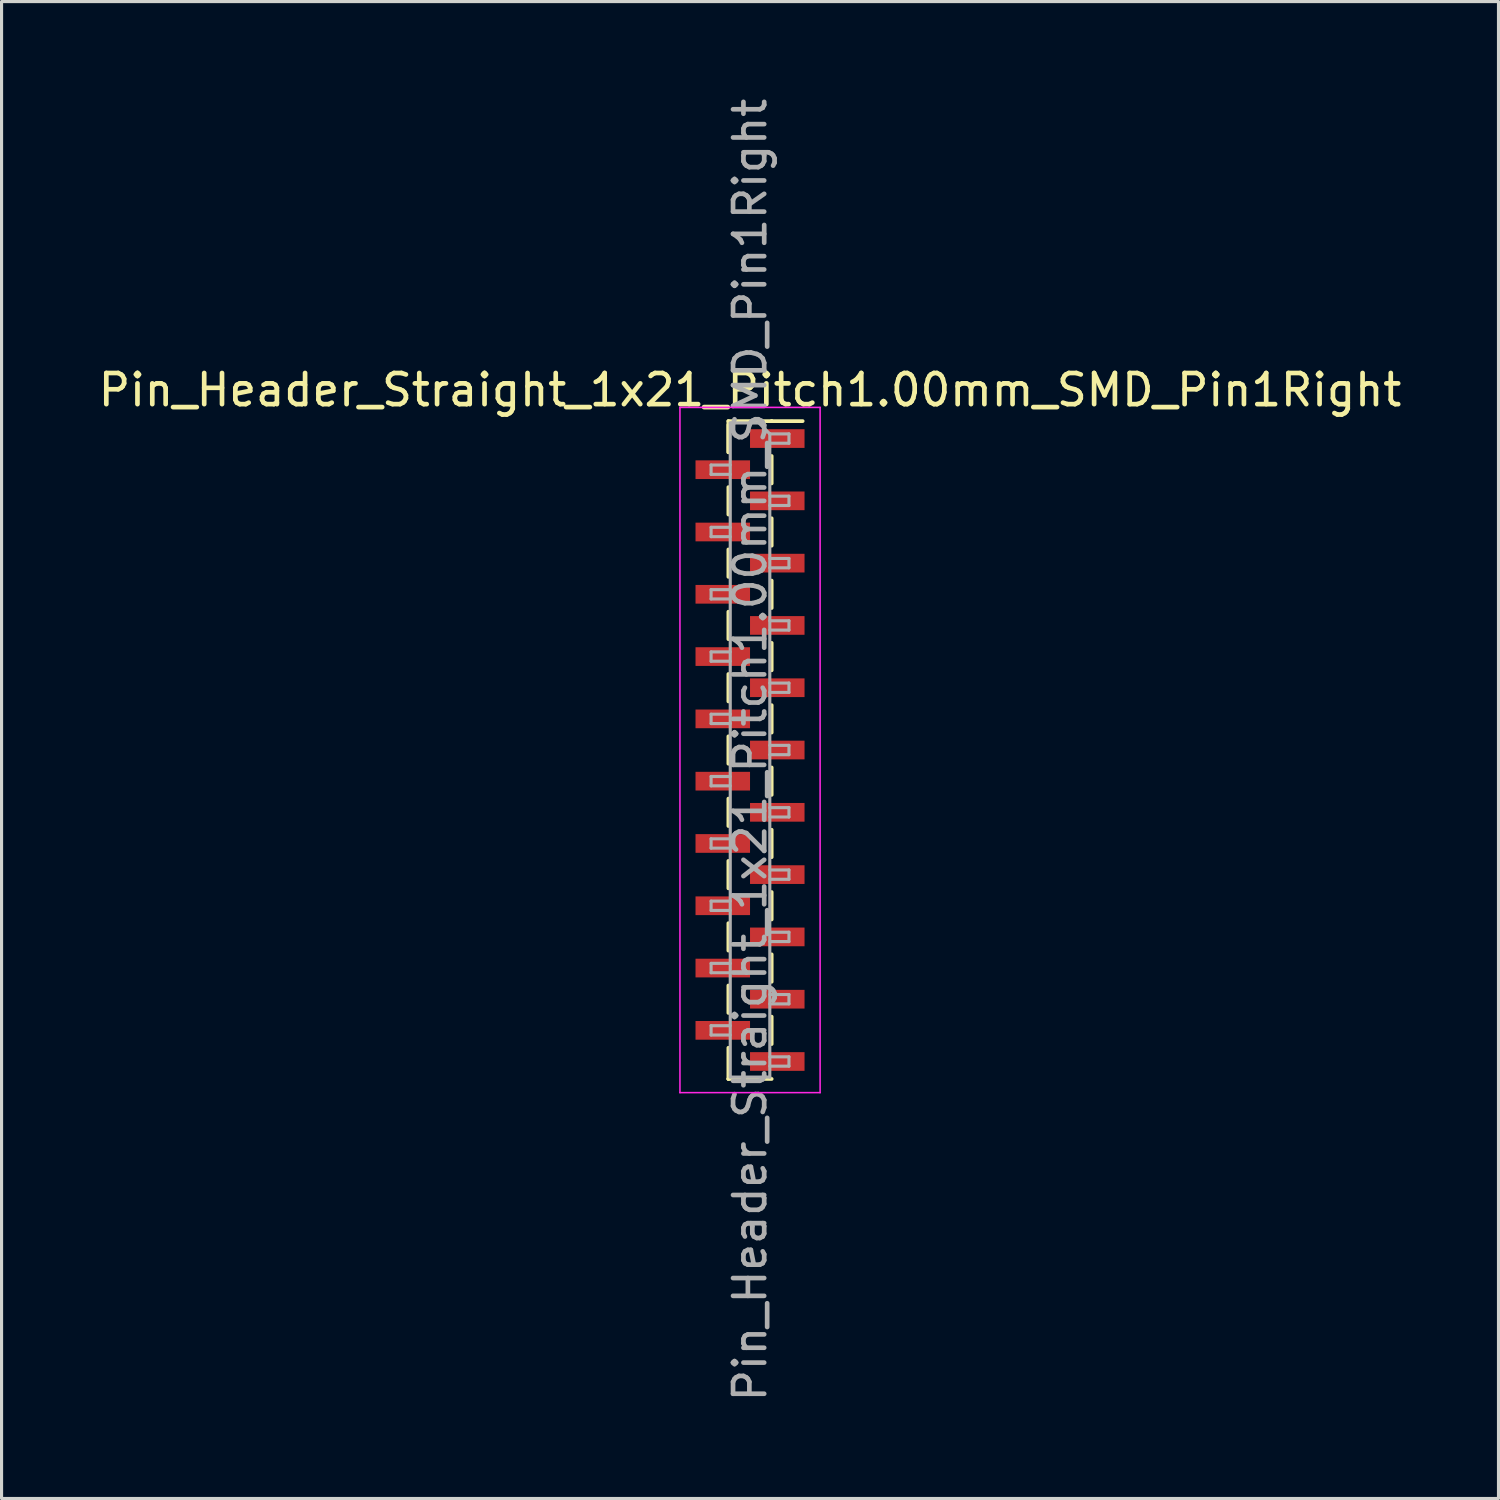
<source format=kicad_pcb>
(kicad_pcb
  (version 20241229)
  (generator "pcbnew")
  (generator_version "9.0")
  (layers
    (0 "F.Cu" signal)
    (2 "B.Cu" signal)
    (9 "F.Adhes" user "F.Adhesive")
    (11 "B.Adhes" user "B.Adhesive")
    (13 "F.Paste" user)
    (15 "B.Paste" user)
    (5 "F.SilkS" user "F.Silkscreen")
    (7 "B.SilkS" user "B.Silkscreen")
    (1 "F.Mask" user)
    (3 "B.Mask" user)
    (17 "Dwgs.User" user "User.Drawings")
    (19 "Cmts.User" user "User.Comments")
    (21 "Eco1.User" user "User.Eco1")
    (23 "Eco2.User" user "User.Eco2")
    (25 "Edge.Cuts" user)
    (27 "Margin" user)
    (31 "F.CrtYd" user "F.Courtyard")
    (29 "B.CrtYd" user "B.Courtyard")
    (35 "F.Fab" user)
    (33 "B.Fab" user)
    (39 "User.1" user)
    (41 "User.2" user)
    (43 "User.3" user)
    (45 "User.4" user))
  (footprint "Pin_Header_Straight_1x21_Pitch1.00mm_SMD_Pin1Right"
    (layer "F.Cu")
    (at 21.03 21.03)
    (property "Reference" "Pin_Header_Straight_1x21_Pitch1.00mm_SMD_Pin1Right" (at 0 -11.56 0) (layer "F.SilkS") (effects (font (size 1 1) (thickness 0.15))))
    (attr smd)
    (fp_line (start -0.695 -10.56) (end -0.695 -9.56) (stroke (width 0.12) (type solid)) (layer "F.SilkS"))
    (fp_line (start -0.695 -10.56) (end 0.695 -10.56) (stroke (width 0.12) (type solid)) (layer "F.SilkS"))
    (fp_line (start -0.695 -10.44) (end -0.695 -9.56) (stroke (width 0.12) (type solid)) (layer "F.SilkS"))
    (fp_line (start -0.695 -8.44) (end -0.695 -7.56) (stroke (width 0.12) (type solid)) (layer "F.SilkS"))
    (fp_line (start -0.695 -6.44) (end -0.695 -5.56) (stroke (width 0.12) (type solid)) (layer "F.SilkS"))
    (fp_line (start -0.695 -4.44) (end -0.695 -3.56) (stroke (width 0.12) (type solid)) (layer "F.SilkS"))
    (fp_line (start -0.695 -2.44) (end -0.695 -1.56) (stroke (width 0.12) (type solid)) (layer "F.SilkS"))
    (fp_line (start -0.695 -0.44) (end -0.695 0.44) (stroke (width 0.12) (type solid)) (layer "F.SilkS"))
    (fp_line (start -0.695 1.56) (end -0.695 2.44) (stroke (width 0.12) (type solid)) (layer "F.SilkS"))
    (fp_line (start -0.695 3.56) (end -0.695 4.44) (stroke (width 0.12) (type solid)) (layer "F.SilkS"))
    (fp_line (start -0.695 5.56) (end -0.695 6.44) (stroke (width 0.12) (type solid)) (layer "F.SilkS"))
    (fp_line (start -0.695 7.56) (end -0.695 8.44) (stroke (width 0.12) (type solid)) (layer "F.SilkS"))
    (fp_line (start -0.695 9.56) (end -0.695 10.56) (stroke (width 0.12) (type solid)) (layer "F.SilkS"))
    (fp_line (start -0.695 10.56) (end -0.695 10.56) (stroke (width 0.12) (type solid)) (layer "F.SilkS"))
    (fp_line (start -0.695 10.56) (end 0.695 10.56) (stroke (width 0.12) (type solid)) (layer "F.SilkS"))
    (fp_line (start 0.695 -10.56) (end 0.695 -10.56) (stroke (width 0.12) (type solid)) (layer "F.SilkS"))
    (fp_line (start 0.695 -10.56) (end 1.69 -10.56) (stroke (width 0.12) (type solid)) (layer "F.SilkS"))
    (fp_line (start 0.695 -9.44) (end 0.695 -8.56) (stroke (width 0.12) (type solid)) (layer "F.SilkS"))
    (fp_line (start 0.695 -7.44) (end 0.695 -6.56) (stroke (width 0.12) (type solid)) (layer "F.SilkS"))
    (fp_line (start 0.695 -5.44) (end 0.695 -4.56) (stroke (width 0.12) (type solid)) (layer "F.SilkS"))
    (fp_line (start 0.695 -3.44) (end 0.695 -2.56) (stroke (width 0.12) (type solid)) (layer "F.SilkS"))
    (fp_line (start 0.695 -1.44) (end 0.695 -0.56) (stroke (width 0.12) (type solid)) (layer "F.SilkS"))
    (fp_line (start 0.695 0.56) (end 0.695 1.44) (stroke (width 0.12) (type solid)) (layer "F.SilkS"))
    (fp_line (start 0.695 2.56) (end 0.695 3.44) (stroke (width 0.12) (type solid)) (layer "F.SilkS"))
    (fp_line (start 0.695 4.56) (end 0.695 5.44) (stroke (width 0.12) (type solid)) (layer "F.SilkS"))
    (fp_line (start 0.695 6.56) (end 0.695 7.44) (stroke (width 0.12) (type solid)) (layer "F.SilkS"))
    (fp_line (start 0.695 8.56) (end 0.695 9.44) (stroke (width 0.12) (type solid)) (layer "F.SilkS"))
    (fp_line (start -2.25 -11) (end -2.25 11) (stroke (width 0.05) (type solid)) (layer "F.CrtYd"))
    (fp_line (start -2.25 11) (end 2.25 11) (stroke (width 0.05) (type solid)) (layer "F.CrtYd"))
    (fp_line (start 2.25 -11) (end -2.25 -11) (stroke (width 0.05) (type solid)) (layer "F.CrtYd"))
    (fp_line (start 2.25 11) (end 2.25 -11) (stroke (width 0.05) (type solid)) (layer "F.CrtYd"))
    (fp_line (start -1.25 -9.15) (end -1.25 -8.85) (stroke (width 0.1) (type solid)) (layer "F.Fab"))
    (fp_line (start -1.25 -8.85) (end -0.635 -8.85) (stroke (width 0.1) (type solid)) (layer "F.Fab"))
    (fp_line (start -1.25 -7.15) (end -1.25 -6.85) (stroke (width 0.1) (type solid)) (layer "F.Fab"))
    (fp_line (start -1.25 -6.85) (end -0.635 -6.85) (stroke (width 0.1) (type solid)) (layer "F.Fab"))
    (fp_line (start -1.25 -5.15) (end -1.25 -4.85) (stroke (width 0.1) (type solid)) (layer "F.Fab"))
    (fp_line (start -1.25 -4.85) (end -0.635 -4.85) (stroke (width 0.1) (type solid)) (layer "F.Fab"))
    (fp_line (start -1.25 -3.15) (end -1.25 -2.85) (stroke (width 0.1) (type solid)) (layer "F.Fab"))
    (fp_line (start -1.25 -2.85) (end -0.635 -2.85) (stroke (width 0.1) (type solid)) (layer "F.Fab"))
    (fp_line (start -1.25 -1.15) (end -1.25 -0.85) (stroke (width 0.1) (type solid)) (layer "F.Fab"))
    (fp_line (start -1.25 -0.85) (end -0.635 -0.85) (stroke (width 0.1) (type solid)) (layer "F.Fab"))
    (fp_line (start -1.25 0.85) (end -1.25 1.15) (stroke (width 0.1) (type solid)) (layer "F.Fab"))
    (fp_line (start -1.25 1.15) (end -0.635 1.15) (stroke (width 0.1) (type solid)) (layer "F.Fab"))
    (fp_line (start -1.25 2.85) (end -1.25 3.15) (stroke (width 0.1) (type solid)) (layer "F.Fab"))
    (fp_line (start -1.25 3.15) (end -0.635 3.15) (stroke (width 0.1) (type solid)) (layer "F.Fab"))
    (fp_line (start -1.25 4.85) (end -1.25 5.15) (stroke (width 0.1) (type solid)) (layer "F.Fab"))
    (fp_line (start -1.25 5.15) (end -0.635 5.15) (stroke (width 0.1) (type solid)) (layer "F.Fab"))
    (fp_line (start -1.25 6.85) (end -1.25 7.15) (stroke (width 0.1) (type solid)) (layer "F.Fab"))
    (fp_line (start -1.25 7.15) (end -0.635 7.15) (stroke (width 0.1) (type solid)) (layer "F.Fab"))
    (fp_line (start -1.25 8.85) (end -1.25 9.15) (stroke (width 0.1) (type solid)) (layer "F.Fab"))
    (fp_line (start -1.25 9.15) (end -0.635 9.15) (stroke (width 0.1) (type solid)) (layer "F.Fab"))
    (fp_line (start -0.635 -10.5) (end -0.635 10.5) (stroke (width 0.1) (type solid)) (layer "F.Fab"))
    (fp_line (start -0.635 -10.5) (end 0.285 -10.5) (stroke (width 0.1) (type solid)) (layer "F.Fab"))
    (fp_line (start -0.635 -9.15) (end -1.25 -9.15) (stroke (width 0.1) (type solid)) (layer "F.Fab"))
    (fp_line (start -0.635 -7.15) (end -1.25 -7.15) (stroke (width 0.1) (type solid)) (layer "F.Fab"))
    (fp_line (start -0.635 -5.15) (end -1.25 -5.15) (stroke (width 0.1) (type solid)) (layer "F.Fab"))
    (fp_line (start -0.635 -3.15) (end -1.25 -3.15) (stroke (width 0.1) (type solid)) (layer "F.Fab"))
    (fp_line (start -0.635 -1.15) (end -1.25 -1.15) (stroke (width 0.1) (type solid)) (layer "F.Fab"))
    (fp_line (start -0.635 0.85) (end -1.25 0.85) (stroke (width 0.1) (type solid)) (layer "F.Fab"))
    (fp_line (start -0.635 2.85) (end -1.25 2.85) (stroke (width 0.1) (type solid)) (layer "F.Fab"))
    (fp_line (start -0.635 4.85) (end -1.25 4.85) (stroke (width 0.1) (type solid)) (layer "F.Fab"))
    (fp_line (start -0.635 6.85) (end -1.25 6.85) (stroke (width 0.1) (type solid)) (layer "F.Fab"))
    (fp_line (start -0.635 8.85) (end -1.25 8.85) (stroke (width 0.1) (type solid)) (layer "F.Fab"))
    (fp_line (start 0.635 -10.15) (end 0.285 -10.5) (stroke (width 0.1) (type solid)) (layer "F.Fab"))
    (fp_line (start 0.635 -10.15) (end 1.25 -10.15) (stroke (width 0.1) (type solid)) (layer "F.Fab"))
    (fp_line (start 0.635 -8.15) (end 1.25 -8.15) (stroke (width 0.1) (type solid)) (layer "F.Fab"))
    (fp_line (start 0.635 -6.15) (end 1.25 -6.15) (stroke (width 0.1) (type solid)) (layer "F.Fab"))
    (fp_line (start 0.635 -4.15) (end 1.25 -4.15) (stroke (width 0.1) (type solid)) (layer "F.Fab"))
    (fp_line (start 0.635 -2.15) (end 1.25 -2.15) (stroke (width 0.1) (type solid)) (layer "F.Fab"))
    (fp_line (start 0.635 -0.15) (end 1.25 -0.15) (stroke (width 0.1) (type solid)) (layer "F.Fab"))
    (fp_line (start 0.635 1.85) (end 1.25 1.85) (stroke (width 0.1) (type solid)) (layer "F.Fab"))
    (fp_line (start 0.635 3.85) (end 1.25 3.85) (stroke (width 0.1) (type solid)) (layer "F.Fab"))
    (fp_line (start 0.635 5.85) (end 1.25 5.85) (stroke (width 0.1) (type solid)) (layer "F.Fab"))
    (fp_line (start 0.635 7.85) (end 1.25 7.85) (stroke (width 0.1) (type solid)) (layer "F.Fab"))
    (fp_line (start 0.635 9.85) (end 1.25 9.85) (stroke (width 0.1) (type solid)) (layer "F.Fab"))
    (fp_line (start 0.635 10.5) (end -0.635 10.5) (stroke (width 0.1) (type solid)) (layer "F.Fab"))
    (fp_line (start 0.635 10.5) (end 0.635 -10.15) (stroke (width 0.1) (type solid)) (layer "F.Fab"))
    (fp_line (start 1.25 -10.15) (end 1.25 -9.85) (stroke (width 0.1) (type solid)) (layer "F.Fab"))
    (fp_line (start 1.25 -9.85) (end 0.635 -9.85) (stroke (width 0.1) (type solid)) (layer "F.Fab"))
    (fp_line (start 1.25 -8.15) (end 1.25 -7.85) (stroke (width 0.1) (type solid)) (layer "F.Fab"))
    (fp_line (start 1.25 -7.85) (end 0.635 -7.85) (stroke (width 0.1) (type solid)) (layer "F.Fab"))
    (fp_line (start 1.25 -6.15) (end 1.25 -5.85) (stroke (width 0.1) (type solid)) (layer "F.Fab"))
    (fp_line (start 1.25 -5.85) (end 0.635 -5.85) (stroke (width 0.1) (type solid)) (layer "F.Fab"))
    (fp_line (start 1.25 -4.15) (end 1.25 -3.85) (stroke (width 0.1) (type solid)) (layer "F.Fab"))
    (fp_line (start 1.25 -3.85) (end 0.635 -3.85) (stroke (width 0.1) (type solid)) (layer "F.Fab"))
    (fp_line (start 1.25 -2.15) (end 1.25 -1.85) (stroke (width 0.1) (type solid)) (layer "F.Fab"))
    (fp_line (start 1.25 -1.85) (end 0.635 -1.85) (stroke (width 0.1) (type solid)) (layer "F.Fab"))
    (fp_line (start 1.25 -0.15) (end 1.25 0.15) (stroke (width 0.1) (type solid)) (layer "F.Fab"))
    (fp_line (start 1.25 0.15) (end 0.635 0.15) (stroke (width 0.1) (type solid)) (layer "F.Fab"))
    (fp_line (start 1.25 1.85) (end 1.25 2.15) (stroke (width 0.1) (type solid)) (layer "F.Fab"))
    (fp_line (start 1.25 2.15) (end 0.635 2.15) (stroke (width 0.1) (type solid)) (layer "F.Fab"))
    (fp_line (start 1.25 3.85) (end 1.25 4.15) (stroke (width 0.1) (type solid)) (layer "F.Fab"))
    (fp_line (start 1.25 4.15) (end 0.635 4.15) (stroke (width 0.1) (type solid)) (layer "F.Fab"))
    (fp_line (start 1.25 5.85) (end 1.25 6.15) (stroke (width 0.1) (type solid)) (layer "F.Fab"))
    (fp_line (start 1.25 6.15) (end 0.635 6.15) (stroke (width 0.1) (type solid)) (layer "F.Fab"))
    (fp_line (start 1.25 7.85) (end 1.25 8.15) (stroke (width 0.1) (type solid)) (layer "F.Fab"))
    (fp_line (start 1.25 8.15) (end 0.635 8.15) (stroke (width 0.1) (type solid)) (layer "F.Fab"))
    (fp_line (start 1.25 9.85) (end 1.25 10.15) (stroke (width 0.1) (type solid)) (layer "F.Fab"))
    (fp_line (start 1.25 10.15) (end 0.635 10.15) (stroke (width 0.1) (type solid)) (layer "F.Fab"))
    (fp_text user "${REFERENCE}" (at 0 0 90) (layer "F.Fab") (effects (font (size 1 1) (thickness 0.15))))
    (pad "1" smd rect (at 0.875 -10) (size 1.75 0.6) (layers "F.Cu" "F.Mask" "F.Paste"))
    (pad "2" smd rect (at -0.875 -9) (size 1.75 0.6) (layers "F.Cu" "F.Mask" "F.Paste"))
    (pad "3" smd rect (at 0.875 -8) (size 1.75 0.6) (layers "F.Cu" "F.Mask" "F.Paste"))
    (pad "4" smd rect (at -0.875 -7) (size 1.75 0.6) (layers "F.Cu" "F.Mask" "F.Paste"))
    (pad "5" smd rect (at 0.875 -6) (size 1.75 0.6) (layers "F.Cu" "F.Mask" "F.Paste"))
    (pad "6" smd rect (at -0.875 -5) (size 1.75 0.6) (layers "F.Cu" "F.Mask" "F.Paste"))
    (pad "7" smd rect (at 0.875 -4) (size 1.75 0.6) (layers "F.Cu" "F.Mask" "F.Paste"))
    (pad "8" smd rect (at -0.875 -3) (size 1.75 0.6) (layers "F.Cu" "F.Mask" "F.Paste"))
    (pad "9" smd rect (at 0.875 -2) (size 1.75 0.6) (layers "F.Cu" "F.Mask" "F.Paste"))
    (pad "10" smd rect (at -0.875 -1) (size 1.75 0.6) (layers "F.Cu" "F.Mask" "F.Paste"))
    (pad "11" smd rect (at 0.875 0) (size 1.75 0.6) (layers "F.Cu" "F.Mask" "F.Paste"))
    (pad "12" smd rect (at -0.875 1) (size 1.75 0.6) (layers "F.Cu" "F.Mask" "F.Paste"))
    (pad "13" smd rect (at 0.875 2) (size 1.75 0.6) (layers "F.Cu" "F.Mask" "F.Paste"))
    (pad "14" smd rect (at -0.875 3) (size 1.75 0.6) (layers "F.Cu" "F.Mask" "F.Paste"))
    (pad "15" smd rect (at 0.875 4) (size 1.75 0.6) (layers "F.Cu" "F.Mask" "F.Paste"))
    (pad "16" smd rect (at -0.875 5) (size 1.75 0.6) (layers "F.Cu" "F.Mask" "F.Paste"))
    (pad "17" smd rect (at 0.875 6) (size 1.75 0.6) (layers "F.Cu" "F.Mask" "F.Paste"))
    (pad "18" smd rect (at -0.875 7) (size 1.75 0.6) (layers "F.Cu" "F.Mask" "F.Paste"))
    (pad "19" smd rect (at 0.875 8) (size 1.75 0.6) (layers "F.Cu" "F.Mask" "F.Paste"))
    (pad "20" smd rect (at -0.875 9) (size 1.75 0.6) (layers "F.Cu" "F.Mask" "F.Paste"))
    (pad "21" smd rect (at 0.875 10) (size 1.75 0.6) (layers "F.Cu" "F.Mask" "F.Paste")))
  (gr_rect
    (start -3 -3)
    (end 45.06 45.06)
    (stroke (width 0.1) (type default))
    (fill no)
    (layer "Edge.Cuts")))
</source>
